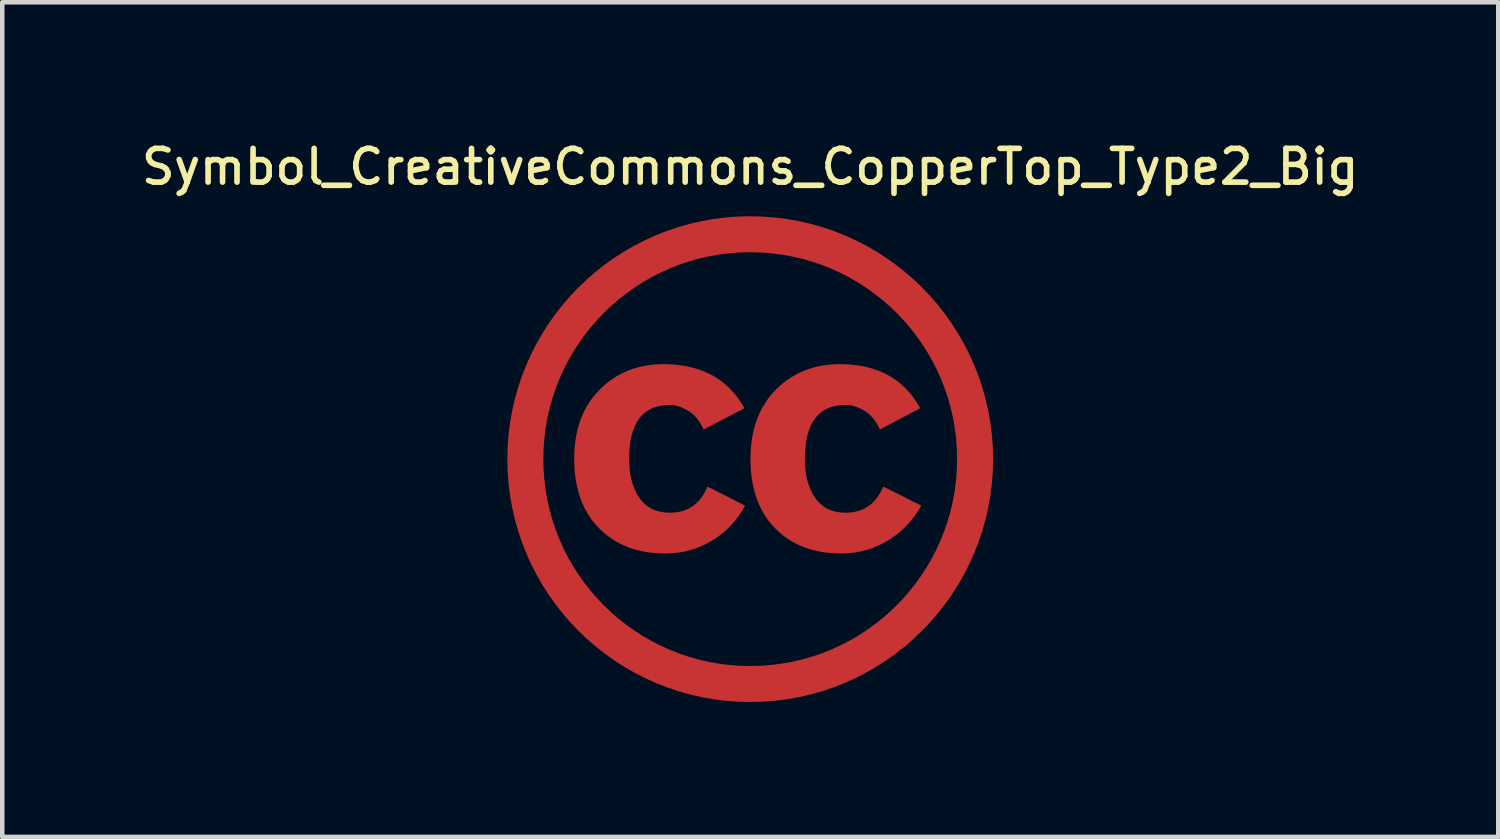
<source format=kicad_pcb>
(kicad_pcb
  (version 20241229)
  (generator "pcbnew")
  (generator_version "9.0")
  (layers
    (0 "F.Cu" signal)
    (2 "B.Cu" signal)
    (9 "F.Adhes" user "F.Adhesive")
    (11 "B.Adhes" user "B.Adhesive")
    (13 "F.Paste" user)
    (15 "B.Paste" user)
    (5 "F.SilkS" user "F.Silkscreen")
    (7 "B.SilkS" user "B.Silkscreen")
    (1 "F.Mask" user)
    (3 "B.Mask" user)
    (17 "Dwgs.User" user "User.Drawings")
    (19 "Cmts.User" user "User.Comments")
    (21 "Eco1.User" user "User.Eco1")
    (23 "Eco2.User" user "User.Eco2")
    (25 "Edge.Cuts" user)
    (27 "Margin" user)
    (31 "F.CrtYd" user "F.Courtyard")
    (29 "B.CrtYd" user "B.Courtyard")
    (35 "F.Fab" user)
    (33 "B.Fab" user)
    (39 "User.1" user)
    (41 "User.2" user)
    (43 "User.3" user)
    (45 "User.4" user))
  (footprint "Symbol_CreativeCommons_CopperTop_Type2_Big"
    (layer "F.Cu")
    (at 13.63 7.158)
    (property "Reference" "Symbol_CreativeCommons_CopperTop_Type2_Big" (at 0 -6.5 0) (layer "F.SilkS") (effects (font (size 0.75 0.75) (thickness 0.125))))
    (attr exclude_from_pos_files exclude_from_bom allow_missing_courtyard)
    (fp_circle (center 0 0) (end 5 0) (stroke (width 0.8) (type default)) (fill no) (layer "F.Cu"))
    (fp_poly (pts (xy -1.775 -2.107) (xy -1.626 -2.096) (xy -1.483 -2.077) (xy -1.345 -2.05) (xy -1.213 -2.016) (xy -1.086 -1.974) (xy -0.965 -1.924) (xy -0.85 -1.867) (xy -0.74 -1.802) (xy -0.636 -1.729) (xy -0.537 -1.648) (xy -0.444 -1.56) (xy -0.357 -1.465) (xy -0.275 -1.361) (xy -0.198 -1.25) (xy -0.127 -1.132) (xy -0.127 -1.132) (xy -1.035 -0.66) (xy -1.053 -0.697) (xy -1.072 -0.733) (xy -1.092 -0.767) (xy -1.111 -0.8) (xy -1.132 -0.831) (xy -1.153 -0.861) (xy -1.174 -0.89) (xy -1.196 -0.917) (xy -1.219 -0.943) (xy -1.242 -0.967) (xy -1.266 -0.99) (xy -1.29 -1.011) (xy -1.314 -1.032) (xy -1.34 -1.05) (xy -1.365 -1.067) (xy -1.391 -1.083) (xy -1.418 -1.098) (xy -1.444 -1.112) (xy -1.47 -1.124) (xy -1.495 -1.136) (xy -1.521 -1.147) (xy -1.546 -1.157) (xy -1.571 -1.166) (xy -1.596 -1.174) (xy -1.62 -1.181) (xy -1.644 -1.187) (xy -1.668 -1.192) (xy -1.692 -1.197) (xy -1.715 -1.2) (xy -1.739 -1.202) (xy -1.762 -1.204) (xy -1.785 -1.204) (xy -1.84 -1.203) (xy -1.894 -1.199) (xy -1.947 -1.194) (xy -1.997 -1.185) (xy -2.046 -1.175) (xy -2.093 -1.162) (xy -2.138 -1.147) (xy -2.181 -1.129) (xy -2.223 -1.109) (xy -2.263 -1.087) (xy -2.301 -1.063) (xy -2.337 -1.036) (xy -2.372 -1.007) (xy -2.405 -0.975) (xy -2.436 -0.941) (xy -2.465 -0.905) (xy -2.492 -0.866) (xy -2.518 -0.825) (xy -2.542 -0.782) (xy -2.564 -0.736) (xy -2.585 -0.689) (xy -2.603 -0.638) (xy -2.62 -0.586) (xy -2.635 -0.531) (xy -2.648 -0.473) (xy -2.66 -0.414) (xy -2.67 -0.352) (xy -2.678 -0.287) (xy -2.684 -0.221) (xy -2.688 -0.152) (xy -2.691 -0.08) (xy -2.692 -0.007) (xy -2.691 0.06) (xy -2.688 0.126) (xy -2.684 0.19) (xy -2.677 0.252) (xy -2.669 0.312) (xy -2.66 0.371) (xy -2.648 0.428) (xy -2.634 0.483) (xy -2.619 0.536) (xy -2.602 0.588) (xy -2.583 0.638) (xy -2.563 0.687) (xy -2.54 0.734) (xy -2.516 0.779) (xy -2.49 0.822) (xy -2.462 0.864) (xy -2.433 0.903) (xy -2.401 0.94) (xy -2.368 0.975) (xy -2.334 1.007) (xy -2.316 1.022) (xy -2.297 1.036) (xy -2.278 1.05) (xy -2.259 1.063) (xy -2.239 1.075) (xy -2.219 1.087) (xy -2.199 1.098) (xy -2.178 1.109) (xy -2.135 1.128) (xy -2.09 1.145) (xy -2.043 1.159) (xy -1.995 1.17) (xy -1.945 1.179) (xy -1.893 1.186) (xy -1.84 1.189) (xy -1.785 1.191) (xy -1.712 1.188) (xy -1.642 1.182) (xy -1.575 1.17) (xy -1.51 1.154) (xy -1.448 1.134) (xy -1.389 1.109) (xy -1.333 1.079) (xy -1.28 1.045) (xy -1.229 1.007) (xy -1.181 0.964) (xy -1.135 0.916) (xy -1.093 0.864) (xy -1.053 0.807) (xy -1.016 0.746) (xy -0.981 0.68) (xy -0.95 0.61) (xy -0.115 1.033) (xy -0.149 1.095) (xy -0.185 1.154) (xy -0.222 1.212) (xy -0.261 1.268) (xy -0.302 1.323) (xy -0.344 1.376) (xy -0.388 1.427) (xy -0.433 1.477) (xy -0.48 1.524) (xy -0.528 1.571) (xy -0.578 1.615) (xy -0.63 1.658) (xy -0.684 1.7) (xy -0.739 1.739) (xy -0.795 1.777) (xy -0.853 1.814) (xy -0.913 1.848) (xy -0.973 1.88) (xy -1.033 1.91) (xy -1.095 1.938) (xy -1.157 1.964) (xy -1.22 1.987) (xy -1.284 2.008) (xy -1.349 2.027) (xy -1.414 2.043) (xy -1.481 2.058) (xy -1.547 2.07) (xy -1.615 2.08) (xy -1.684 2.088) (xy -1.753 2.093) (xy -1.823 2.097) (xy -1.893 2.098) (xy -2.005 2.096) (xy -2.115 2.089) (xy -2.221 2.078) (xy -2.325 2.063) (xy -2.426 2.044) (xy -2.524 2.02) (xy -2.62 1.991) (xy -2.713 1.959) (xy -2.803 1.922) (xy -2.89 1.881) (xy -2.975 1.835) (xy -3.057 1.785) (xy -3.136 1.731) (xy -3.213 1.672) (xy -3.286 1.609) (xy -3.357 1.541) (xy -3.424 1.47) (xy -3.487 1.396) (xy -3.546 1.317) (xy -3.6 1.236) (xy -3.65 1.151) (xy -3.696 1.063) (xy -3.737 0.971) (xy -3.774 0.876) (xy -3.807 0.778) (xy -3.835 0.676) (xy -3.859 0.571) (xy -3.879 0.462) (xy -3.894 0.35) (xy -3.905 0.235) (xy -3.911 0.116) (xy -3.913 -0.007) (xy -3.911 -0.126) (xy -3.905 -0.242) (xy -3.894 -0.355) (xy -3.878 -0.465) (xy -3.858 -0.572) (xy -3.834 -0.676) (xy -3.806 -0.777) (xy -3.773 -0.874) (xy -3.735 -0.969) (xy -3.694 -1.06) (xy -3.647 -1.148) (xy -3.597 -1.233) (xy -3.542 -1.315) (xy -3.483 -1.394) (xy -3.419 -1.47) (xy -3.351 -1.543) (xy -3.28 -1.611) (xy -3.206 -1.676) (xy -3.13 -1.736) (xy -3.051 -1.791) (xy -2.971 -1.842) (xy -2.888 -1.889) (xy -2.802 -1.931) (xy -2.714 -1.969) (xy -2.625 -2.002) (xy -2.532 -2.031) (xy -2.438 -2.056) (xy -2.341 -2.076) (xy -2.241 -2.091) (xy -2.14 -2.102) (xy -2.036 -2.109) (xy -1.93 -2.111)) (stroke (width 0) (type solid)) (fill yes) (layer "F.Cu"))
    (fp_poly (pts (xy 2.144 -2.107) (xy 2.292 -2.096) (xy 2.435 -2.077) (xy 2.573 -2.05) (xy 2.705 -2.016) (xy 2.831 -1.974) (xy 2.951 -1.924) (xy 3.066 -1.867) (xy 3.175 -1.802) (xy 3.278 -1.729) (xy 3.376 -1.648) (xy 3.468 -1.56) (xy 3.554 -1.465) (xy 3.635 -1.361) (xy 3.71 -1.25) (xy 3.779 -1.132) (xy 3.779 -1.132) (xy 2.884 -0.66) (xy 2.866 -0.697) (xy 2.847 -0.733) (xy 2.828 -0.767) (xy 2.808 -0.8) (xy 2.787 -0.831) (xy 2.766 -0.861) (xy 2.745 -0.89) (xy 2.722 -0.917) (xy 2.7 -0.943) (xy 2.677 -0.967) (xy 2.653 -0.99) (xy 2.629 -1.011) (xy 2.604 -1.032) (xy 2.579 -1.05) (xy 2.554 -1.067) (xy 2.527 -1.083) (xy 2.501 -1.098) (xy 2.475 -1.112) (xy 2.449 -1.124) (xy 2.423 -1.136) (xy 2.397 -1.147) (xy 2.371 -1.157) (xy 2.345 -1.166) (xy 2.32 -1.174) (xy 2.295 -1.181) (xy 2.27 -1.187) (xy 2.245 -1.192) (xy 2.22 -1.197) (xy 2.195 -1.2) (xy 2.171 -1.202) (xy 2.146 -1.204) (xy 2.122 -1.204) (xy 2.067 -1.203) (xy 2.012 -1.199) (xy 1.96 -1.194) (xy 1.91 -1.185) (xy 1.861 -1.175) (xy 1.814 -1.162) (xy 1.769 -1.147) (xy 1.725 -1.129) (xy 1.684 -1.109) (xy 1.644 -1.087) (xy 1.606 -1.063) (xy 1.569 -1.036) (xy 1.535 -1.007) (xy 1.502 -0.975) (xy 1.471 -0.941) (xy 1.442 -0.905) (xy 1.414 -0.866) (xy 1.389 -0.825) (xy 1.365 -0.782) (xy 1.343 -0.736) (xy 1.322 -0.689) (xy 1.304 -0.638) (xy 1.287 -0.586) (xy 1.272 -0.531) (xy 1.258 -0.473) (xy 1.247 -0.414) (xy 1.237 -0.352) (xy 1.229 -0.287) (xy 1.223 -0.221) (xy 1.218 -0.152) (xy 1.216 -0.08) (xy 1.215 -0.007) (xy 1.216 0.06) (xy 1.219 0.126) (xy 1.223 0.19) (xy 1.229 0.252) (xy 1.237 0.312) (xy 1.247 0.371) (xy 1.259 0.428) (xy 1.272 0.483) (xy 1.288 0.536) (xy 1.305 0.588) (xy 1.324 0.638) (xy 1.344 0.687) (xy 1.367 0.734) (xy 1.391 0.779) (xy 1.417 0.822) (xy 1.445 0.864) (xy 1.474 0.903) (xy 1.506 0.94) (xy 1.539 0.975) (xy 1.556 0.991) (xy 1.573 1.007) (xy 1.591 1.022) (xy 1.61 1.036) (xy 1.628 1.05) (xy 1.648 1.063) (xy 1.667 1.075) (xy 1.687 1.087) (xy 1.708 1.098) (xy 1.729 1.109) (xy 1.772 1.128) (xy 1.817 1.145) (xy 1.864 1.159) (xy 1.912 1.17) (xy 1.962 1.179) (xy 2.014 1.186) (xy 2.067 1.189) (xy 2.122 1.191) (xy 2.195 1.188) (xy 2.265 1.182) (xy 2.332 1.17) (xy 2.397 1.154) (xy 2.458 1.134) (xy 2.517 1.109) (xy 2.574 1.079) (xy 2.627 1.045) (xy 2.678 1.007) (xy 2.726 0.964) (xy 2.771 0.916) (xy 2.814 0.864) (xy 2.854 0.807) (xy 2.891 0.746) (xy 2.925 0.68) (xy 2.957 0.61) (xy 3.803 1.033) (xy 3.768 1.095) (xy 3.731 1.154) (xy 3.692 1.212) (xy 3.652 1.268) (xy 3.611 1.323) (xy 3.567 1.376) (xy 3.523 1.427) (xy 3.477 1.477) (xy 3.429 1.524) (xy 3.38 1.571) (xy 3.329 1.615) (xy 3.277 1.658) (xy 3.224 1.7) (xy 3.168 1.739) (xy 3.112 1.777) (xy 3.054 1.814) (xy 2.994 1.848) (xy 2.934 1.88) (xy 2.874 1.91) (xy 2.812 1.938) (xy 2.751 1.964) (xy 2.688 1.987) (xy 2.625 2.008) (xy 2.561 2.027) (xy 2.496 2.043) (xy 2.431 2.058) (xy 2.365 2.07) (xy 2.298 2.08) (xy 2.231 2.088) (xy 2.163 2.093) (xy 2.095 2.097) (xy 2.026 2.098) (xy 1.912 2.096) (xy 1.802 2.089) (xy 1.694 2.078) (xy 1.589 2.063) (xy 1.487 2.044) (xy 1.388 2.02) (xy 1.292 1.991) (xy 1.199 1.959) (xy 1.108 1.922) (xy 1.021 1.881) (xy 0.936 1.835) (xy 0.854 1.785) (xy 0.776 1.731) (xy 0.7 1.672) (xy 0.627 1.609) (xy 0.556 1.541) (xy 0.49 1.47) (xy 0.427 1.396) (xy 0.369 1.317) (xy 0.315 1.236) (xy 0.266 1.151) (xy 0.221 1.063) (xy 0.18 0.971) (xy 0.143 0.876) (xy 0.111 0.778) (xy 0.083 0.676) (xy 0.059 0.571) (xy 0.04 0.462) (xy 0.025 0.35) (xy 0.014 0.235) (xy 0.008 0.116) (xy 0.006 -0.007) (xy 0.008 -0.126) (xy 0.014 -0.242) (xy 0.025 -0.355) (xy 0.041 -0.465) (xy 0.061 -0.572) (xy 0.085 -0.676) (xy 0.113 -0.777) (xy 0.146 -0.874) (xy 0.184 -0.969) (xy 0.225 -1.06) (xy 0.271 -1.148) (xy 0.322 -1.233) (xy 0.377 -1.315) (xy 0.436 -1.394) (xy 0.5 -1.47) (xy 0.568 -1.543) (xy 0.64 -1.611) (xy 0.713 -1.676) (xy 0.789 -1.736) (xy 0.868 -1.791) (xy 0.949 -1.842) (xy 1.032 -1.889) (xy 1.117 -1.931) (xy 1.205 -1.969) (xy 1.294 -2.002) (xy 1.387 -2.031) (xy 1.481 -2.056) (xy 1.578 -2.076) (xy 1.678 -2.091) (xy 1.779 -2.102) (xy 1.883 -2.109) (xy 1.989 -2.111)) (stroke (width 0) (type solid)) (fill yes) (layer "F.Cu")))
  (gr_rect
    (start -3 -3)
    (end 30.261 15.558)
    (stroke (width 0.1) (type default))
    (fill no)
    (layer "Edge.Cuts")))
</source>
